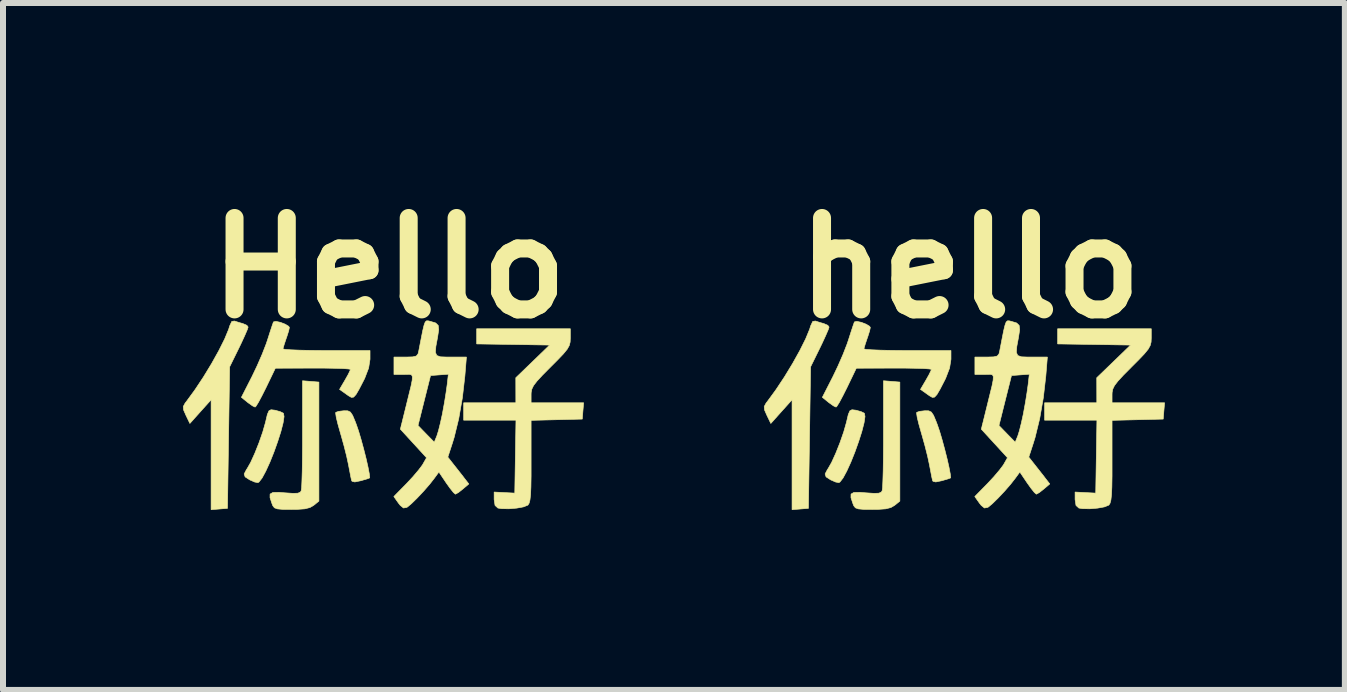
<source format=kicad_pcb>
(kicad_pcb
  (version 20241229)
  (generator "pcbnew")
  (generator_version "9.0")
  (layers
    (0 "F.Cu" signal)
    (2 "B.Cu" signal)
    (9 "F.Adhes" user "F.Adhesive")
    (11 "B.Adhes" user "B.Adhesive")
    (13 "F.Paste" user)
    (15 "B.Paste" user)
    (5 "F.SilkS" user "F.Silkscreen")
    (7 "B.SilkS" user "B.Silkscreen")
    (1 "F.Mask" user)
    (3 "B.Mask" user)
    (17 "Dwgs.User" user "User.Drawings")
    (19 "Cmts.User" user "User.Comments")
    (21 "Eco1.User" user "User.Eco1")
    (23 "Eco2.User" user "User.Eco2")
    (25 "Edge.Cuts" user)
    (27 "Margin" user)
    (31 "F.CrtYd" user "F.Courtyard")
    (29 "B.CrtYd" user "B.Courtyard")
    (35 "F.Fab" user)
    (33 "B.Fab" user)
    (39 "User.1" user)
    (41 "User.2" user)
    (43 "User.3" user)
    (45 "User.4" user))
  (footprint "Hello"
    (layer "F.Cu")
    (at 3.336 3.918)
    (property "Reference" "Hello" (at 0.1 -2.5 0) (layer "F.SilkS") (effects (font (size 1.524 1.524) (thickness 0.3))))
    (attr board_only exclude_from_pos_files exclude_from_bom allow_missing_courtyard dnp)
    (fp_poly (pts (xy -2.401 -1.592) (xy -2.337 -1.574) (xy -2.271 -1.545) (xy -2.25 -1.516) (xy -2.265 -1.47) (xy -2.306 -1.375) (xy -2.365 -1.247) (xy -2.404 -1.166) (xy -2.558 -0.853) (xy -2.594 1.506) (xy -2.731 1.517) (xy -2.867 1.528) (xy -2.867 -0.304) (xy -3.044 -0.107) (xy -3.221 0.091) (xy -3.287 -0.046) (xy -3.326 -0.135) (xy -3.331 -0.191) (xy -3.301 -0.247) (xy -3.274 -0.282) (xy -3.136 -0.471) (xy -2.994 -0.685) (xy -2.859 -0.907) (xy -2.738 -1.124) (xy -2.64 -1.32) (xy -2.574 -1.48) (xy -2.556 -1.538) (xy -2.522 -1.61) (xy -2.478 -1.617) (xy -2.401 -1.592)) (stroke (width 0.01) (type solid)) (fill yes) (layer "F.SilkS"))
    (fp_poly (pts (xy -1.809 -0.131) (xy -1.8 -0.13) (xy -1.713 -0.105) (xy -1.661 -0.079) (xy -1.651 -0.024) (xy -1.667 0.082) (xy -1.704 0.226) (xy -1.757 0.392) (xy -1.819 0.566) (xy -1.887 0.736) (xy -1.955 0.885) (xy -2.017 1) (xy -2.068 1.066) (xy -2.086 1.077) (xy -2.141 1.067) (xy -2.223 1.031) (xy -2.3 0.981) (xy -2.316 0.933) (xy -2.278 0.86) (xy -2.266 0.843) (xy -2.207 0.739) (xy -2.138 0.587) (xy -2.068 0.411) (xy -2.006 0.233) (xy -1.961 0.075) (xy -1.956 0.054) (xy -1.929 -0.061) (xy -1.903 -0.12) (xy -1.868 -0.138) (xy -1.809 -0.131)) (stroke (width 0.01) (type solid)) (fill yes) (layer "F.SilkS"))
    (fp_poly (pts (xy -1.206 -0.61) (xy -1.07 -0.599) (xy -1.07 1.385) (xy -1.156 1.455) (xy -1.219 1.492) (xy -1.304 1.514) (xy -1.432 1.523) (xy -1.529 1.524) (xy -1.673 1.523) (xy -1.761 1.515) (xy -1.811 1.497) (xy -1.838 1.463) (xy -1.851 1.431) (xy -1.885 1.328) (xy -1.884 1.268) (xy -1.837 1.241) (xy -1.735 1.239) (xy -1.637 1.247) (xy -1.501 1.256) (xy -1.42 1.253) (xy -1.379 1.235) (xy -1.365 1.212) (xy -1.358 1.161) (xy -1.353 1.048) (xy -1.348 0.884) (xy -1.345 0.68) (xy -1.343 0.445) (xy -1.343 0.267) (xy -1.343 -0.621) (xy -1.206 -0.61)) (stroke (width 0.01) (type solid)) (fill yes) (layer "F.SilkS"))
    (fp_poly (pts (xy -0.589 -0.12) (xy -0.545 -0.099) (xy -0.508 -0.044) (xy -0.465 0.059) (xy -0.446 0.109) (xy -0.408 0.22) (xy -0.366 0.362) (xy -0.323 0.52) (xy -0.283 0.678) (xy -0.251 0.82) (xy -0.23 0.93) (xy -0.223 0.991) (xy -0.225 0.999) (xy -0.264 1.014) (xy -0.346 1.038) (xy -0.374 1.046) (xy -0.471 1.066) (xy -0.517 1.055) (xy -0.525 1.041) (xy -0.538 0.984) (xy -0.558 0.88) (xy -0.577 0.78) (xy -0.607 0.64) (xy -0.651 0.465) (xy -0.701 0.286) (xy -0.713 0.245) (xy -0.753 0.103) (xy -0.781 -0.011) (xy -0.791 -0.081) (xy -0.789 -0.094) (xy -0.741 -0.111) (xy -0.654 -0.121) (xy -0.651 -0.121) (xy -0.589 -0.12)) (stroke (width 0.01) (type solid)) (fill yes) (layer "F.SilkS"))
    (fp_poly (pts (xy 3.121 -1.333) (xy 3.118 -1.266) (xy 3.103 -1.208) (xy 3.069 -1.147) (xy 3.006 -1.07) (xy 2.906 -0.965) (xy 2.794 -0.853) (xy 2.657 -0.715) (xy 2.565 -0.615) (xy 2.508 -0.541) (xy 2.479 -0.481) (xy 2.468 -0.423) (xy 2.467 -0.391) (xy 2.467 -0.254) (xy 3.343 -0.254) (xy 3.331 -0.118) (xy 3.32 0.018) (xy 2.467 0.039) (xy 2.467 0.722) (xy 2.467 0.968) (xy 2.464 1.15) (xy 2.458 1.28) (xy 2.448 1.367) (xy 2.434 1.42) (xy 2.415 1.45) (xy 2.411 1.453) (xy 2.342 1.481) (xy 2.228 1.502) (xy 2.098 1.513) (xy 1.978 1.511) (xy 1.914 1.501) (xy 1.866 1.457) (xy 1.851 1.358) (xy 1.851 1.234) (xy 2.195 1.252) (xy 2.215 0.036) (xy 1.343 0.036) (xy 1.343 -0.254) (xy 2.213 -0.254) (xy 2.212 -0.671) (xy 2.494 -0.943) (xy 2.776 -1.216) (xy 2.168 -1.226) (xy 1.56 -1.235) (xy 1.56 -1.488) (xy 3.121 -1.488) (xy 3.121 -1.333)) (stroke (width 0.01) (type solid)) (fill yes) (layer "F.SilkS"))
    (fp_poly (pts (xy -1.712 -1.595) (xy -1.632 -1.564) (xy -1.574 -1.529) (xy -1.562 -1.509) (xy -1.574 -1.452) (xy -1.604 -1.358) (xy -1.616 -1.324) (xy -1.648 -1.228) (xy -1.667 -1.163) (xy -1.669 -1.152) (xy -1.634 -1.144) (xy -1.538 -1.137) (xy -1.391 -1.131) (xy -1.204 -1.127) (xy -0.988 -1.125) (xy -0.943 -1.125) (xy -0.218 -1.125) (xy -0.218 -0.979) (xy -0.241 -0.833) (xy -0.307 -0.661) (xy -0.325 -0.625) (xy -0.4 -0.48) (xy -0.452 -0.391) (xy -0.492 -0.348) (xy -0.529 -0.344) (xy -0.575 -0.37) (xy -0.613 -0.397) (xy -0.726 -0.477) (xy -0.635 -0.632) (xy -0.582 -0.726) (xy -0.55 -0.793) (xy -0.544 -0.811) (xy -0.579 -0.818) (xy -0.674 -0.825) (xy -0.818 -0.829) (xy -1 -0.832) (xy -1.17 -0.832) (xy -1.796 -0.83) (xy -1.952 -0.506) (xy -2.021 -0.369) (xy -2.079 -0.26) (xy -2.12 -0.195) (xy -2.134 -0.182) (xy -2.176 -0.202) (xy -2.248 -0.253) (xy -2.261 -0.263) (xy -2.362 -0.345) (xy -2.186 -0.69) (xy -2.1 -0.87) (xy -2.016 -1.063) (xy -1.948 -1.238) (xy -1.925 -1.307) (xy -1.883 -1.438) (xy -1.849 -1.541) (xy -1.829 -1.598) (xy -1.827 -1.602) (xy -1.787 -1.611) (xy -1.712 -1.595)) (stroke (width 0.01) (type solid)) (fill yes) (layer "F.SilkS"))
    (fp_poly (pts (xy 0.788 -1.611) (xy 0.792 -1.61) (xy 0.877 -1.584) (xy 0.919 -1.543) (xy 0.927 -1.47) (xy 0.908 -1.346) (xy 0.908 -1.345) (xy 0.879 -1.19) (xy 0.872 -1.094) (xy 0.895 -1.042) (xy 0.957 -1.02) (xy 1.068 -1.016) (xy 1.13 -1.016) (xy 1.389 -1.016) (xy 1.363 -0.699) (xy 1.322 -0.34) (xy 1.261 0.01) (xy 1.184 0.325) (xy 1.153 0.425) (xy 1.079 0.652) (xy 1.183 0.784) (xy 1.265 0.888) (xy 1.341 0.985) (xy 1.358 1.008) (xy 1.429 1.099) (xy 1.329 1.184) (xy 1.257 1.241) (xy 1.209 1.268) (xy 1.204 1.269) (xy 1.172 1.241) (xy 1.114 1.168) (xy 1.054 1.084) (xy 0.93 0.9) (xy 0.855 1.003) (xy 0.776 1.104) (xy 0.676 1.219) (xy 0.57 1.332) (xy 0.474 1.426) (xy 0.405 1.484) (xy 0.394 1.49) (xy 0.34 1.5) (xy 0.286 1.456) (xy 0.255 1.417) (xy 0.179 1.309) (xy 0.389 1.095) (xy 0.497 0.979) (xy 0.591 0.868) (xy 0.655 0.783) (xy 0.662 0.771) (xy 0.724 0.662) (xy 0.288 0.186) (xy 0.303 0.125) (xy 0.582 0.125) (xy 0.717 0.264) (xy 0.853 0.403) (xy 0.896 0.298) (xy 0.923 0.212) (xy 0.956 0.08) (xy 0.989 -0.071) (xy 0.993 -0.094) (xy 1.023 -0.258) (xy 1.049 -0.421) (xy 1.067 -0.549) (xy 1.068 -0.555) (xy 1.088 -0.73) (xy 0.939 -0.719) (xy 0.791 -0.708) (xy 0.686 -0.291) (xy 0.582 0.125) (xy 0.303 0.125) (xy 0.376 -0.17) (xy 0.428 -0.381) (xy 0.465 -0.531) (xy 0.485 -0.631) (xy 0.488 -0.69) (xy 0.474 -0.719) (xy 0.441 -0.728) (xy 0.389 -0.727) (xy 0.345 -0.726) (xy 0.181 -0.726) (xy 0.181 -1.016) (xy 0.378 -1.016) (xy 0.492 -1.019) (xy 0.553 -1.033) (xy 0.582 -1.068) (xy 0.594 -1.116) (xy 0.633 -1.318) (xy 0.661 -1.459) (xy 0.683 -1.549) (xy 0.702 -1.6) (xy 0.724 -1.62) (xy 0.751 -1.62) (xy 0.788 -1.611)) (stroke (width 0.01) (type solid)) (fill yes) (layer "F.SilkS")))
  (footprint "hello"
    (layer "F.Cu")
    (at 13.02 3.918)
    (property "Reference" "hello" (at 0.1 -2.5 0) (layer "F.SilkS") (effects (font (size 1.524 1.524) (thickness 0.3))))
    (attr through_hole)
    (fp_poly (pts (xy -2.401 -1.592) (xy -2.337 -1.574) (xy -2.271 -1.545) (xy -2.25 -1.516) (xy -2.265 -1.47) (xy -2.306 -1.375) (xy -2.365 -1.247) (xy -2.404 -1.166) (xy -2.558 -0.853) (xy -2.594 1.506) (xy -2.731 1.517) (xy -2.867 1.528) (xy -2.867 -0.304) (xy -3.044 -0.107) (xy -3.221 0.091) (xy -3.287 -0.046) (xy -3.326 -0.135) (xy -3.331 -0.191) (xy -3.301 -0.247) (xy -3.274 -0.282) (xy -3.136 -0.471) (xy -2.994 -0.685) (xy -2.859 -0.907) (xy -2.738 -1.124) (xy -2.64 -1.32) (xy -2.574 -1.48) (xy -2.556 -1.538) (xy -2.522 -1.61) (xy -2.478 -1.617) (xy -2.401 -1.592)) (stroke (width 0.01) (type solid)) (fill yes) (layer "F.SilkS"))
    (fp_poly (pts (xy -1.809 -0.131) (xy -1.8 -0.13) (xy -1.713 -0.105) (xy -1.661 -0.079) (xy -1.651 -0.024) (xy -1.667 0.082) (xy -1.704 0.226) (xy -1.757 0.392) (xy -1.819 0.566) (xy -1.887 0.736) (xy -1.955 0.885) (xy -2.017 1) (xy -2.068 1.066) (xy -2.086 1.077) (xy -2.141 1.067) (xy -2.223 1.031) (xy -2.3 0.981) (xy -2.316 0.933) (xy -2.278 0.86) (xy -2.266 0.843) (xy -2.207 0.739) (xy -2.138 0.587) (xy -2.068 0.411) (xy -2.006 0.233) (xy -1.961 0.075) (xy -1.956 0.054) (xy -1.929 -0.061) (xy -1.903 -0.12) (xy -1.868 -0.138) (xy -1.809 -0.131)) (stroke (width 0.01) (type solid)) (fill yes) (layer "F.SilkS"))
    (fp_poly (pts (xy -1.206 -0.61) (xy -1.07 -0.599) (xy -1.07 1.385) (xy -1.156 1.455) (xy -1.219 1.492) (xy -1.304 1.514) (xy -1.432 1.523) (xy -1.529 1.524) (xy -1.673 1.523) (xy -1.761 1.515) (xy -1.811 1.497) (xy -1.838 1.463) (xy -1.851 1.431) (xy -1.885 1.328) (xy -1.884 1.268) (xy -1.837 1.241) (xy -1.735 1.239) (xy -1.637 1.247) (xy -1.501 1.256) (xy -1.42 1.253) (xy -1.379 1.235) (xy -1.365 1.212) (xy -1.358 1.161) (xy -1.353 1.048) (xy -1.348 0.884) (xy -1.345 0.68) (xy -1.343 0.445) (xy -1.343 0.267) (xy -1.343 -0.621) (xy -1.206 -0.61)) (stroke (width 0.01) (type solid)) (fill yes) (layer "F.SilkS"))
    (fp_poly (pts (xy -0.589 -0.12) (xy -0.545 -0.099) (xy -0.508 -0.044) (xy -0.465 0.059) (xy -0.446 0.109) (xy -0.408 0.22) (xy -0.366 0.362) (xy -0.323 0.52) (xy -0.283 0.678) (xy -0.251 0.82) (xy -0.23 0.93) (xy -0.223 0.991) (xy -0.225 0.999) (xy -0.264 1.014) (xy -0.346 1.038) (xy -0.374 1.046) (xy -0.471 1.066) (xy -0.517 1.055) (xy -0.525 1.041) (xy -0.538 0.984) (xy -0.558 0.88) (xy -0.577 0.78) (xy -0.607 0.64) (xy -0.651 0.465) (xy -0.701 0.286) (xy -0.713 0.245) (xy -0.753 0.103) (xy -0.781 -0.011) (xy -0.791 -0.081) (xy -0.789 -0.094) (xy -0.741 -0.111) (xy -0.654 -0.121) (xy -0.651 -0.121) (xy -0.589 -0.12)) (stroke (width 0.01) (type solid)) (fill yes) (layer "F.SilkS"))
    (fp_poly (pts (xy 3.121 -1.333) (xy 3.118 -1.266) (xy 3.103 -1.208) (xy 3.069 -1.147) (xy 3.006 -1.07) (xy 2.906 -0.965) (xy 2.794 -0.853) (xy 2.657 -0.715) (xy 2.565 -0.615) (xy 2.508 -0.541) (xy 2.479 -0.481) (xy 2.468 -0.423) (xy 2.467 -0.391) (xy 2.467 -0.254) (xy 3.343 -0.254) (xy 3.331 -0.118) (xy 3.32 0.018) (xy 2.467 0.039) (xy 2.467 0.722) (xy 2.467 0.968) (xy 2.464 1.15) (xy 2.458 1.28) (xy 2.448 1.367) (xy 2.434 1.42) (xy 2.415 1.45) (xy 2.411 1.453) (xy 2.342 1.481) (xy 2.228 1.502) (xy 2.098 1.513) (xy 1.978 1.511) (xy 1.914 1.501) (xy 1.866 1.457) (xy 1.851 1.358) (xy 1.851 1.234) (xy 2.195 1.252) (xy 2.215 0.036) (xy 1.343 0.036) (xy 1.343 -0.254) (xy 2.213 -0.254) (xy 2.212 -0.671) (xy 2.494 -0.943) (xy 2.776 -1.216) (xy 2.168 -1.226) (xy 1.56 -1.235) (xy 1.56 -1.488) (xy 3.121 -1.488) (xy 3.121 -1.333)) (stroke (width 0.01) (type solid)) (fill yes) (layer "F.SilkS"))
    (fp_poly (pts (xy -1.712 -1.595) (xy -1.632 -1.564) (xy -1.574 -1.529) (xy -1.562 -1.509) (xy -1.574 -1.452) (xy -1.604 -1.358) (xy -1.616 -1.324) (xy -1.648 -1.228) (xy -1.667 -1.163) (xy -1.669 -1.152) (xy -1.634 -1.144) (xy -1.538 -1.137) (xy -1.391 -1.131) (xy -1.204 -1.127) (xy -0.988 -1.125) (xy -0.943 -1.125) (xy -0.218 -1.125) (xy -0.218 -0.979) (xy -0.241 -0.833) (xy -0.307 -0.661) (xy -0.325 -0.625) (xy -0.4 -0.48) (xy -0.452 -0.391) (xy -0.492 -0.348) (xy -0.529 -0.344) (xy -0.575 -0.37) (xy -0.613 -0.397) (xy -0.726 -0.477) (xy -0.635 -0.632) (xy -0.582 -0.726) (xy -0.55 -0.793) (xy -0.544 -0.811) (xy -0.579 -0.818) (xy -0.674 -0.825) (xy -0.818 -0.829) (xy -1 -0.832) (xy -1.17 -0.832) (xy -1.796 -0.83) (xy -1.952 -0.506) (xy -2.021 -0.369) (xy -2.079 -0.26) (xy -2.12 -0.195) (xy -2.134 -0.182) (xy -2.176 -0.202) (xy -2.248 -0.253) (xy -2.261 -0.263) (xy -2.362 -0.345) (xy -2.186 -0.69) (xy -2.1 -0.87) (xy -2.016 -1.063) (xy -1.948 -1.238) (xy -1.925 -1.307) (xy -1.883 -1.438) (xy -1.849 -1.541) (xy -1.829 -1.598) (xy -1.827 -1.602) (xy -1.787 -1.611) (xy -1.712 -1.595)) (stroke (width 0.01) (type solid)) (fill yes) (layer "F.SilkS"))
    (fp_poly (pts (xy 0.788 -1.611) (xy 0.792 -1.61) (xy 0.877 -1.584) (xy 0.919 -1.543) (xy 0.927 -1.47) (xy 0.908 -1.346) (xy 0.908 -1.345) (xy 0.879 -1.19) (xy 0.872 -1.094) (xy 0.895 -1.042) (xy 0.957 -1.02) (xy 1.068 -1.016) (xy 1.13 -1.016) (xy 1.389 -1.016) (xy 1.363 -0.699) (xy 1.322 -0.34) (xy 1.261 0.01) (xy 1.184 0.325) (xy 1.153 0.425) (xy 1.079 0.652) (xy 1.183 0.784) (xy 1.265 0.888) (xy 1.341 0.985) (xy 1.358 1.008) (xy 1.429 1.099) (xy 1.329 1.184) (xy 1.257 1.241) (xy 1.209 1.268) (xy 1.204 1.269) (xy 1.172 1.241) (xy 1.114 1.168) (xy 1.054 1.084) (xy 0.93 0.9) (xy 0.855 1.003) (xy 0.776 1.104) (xy 0.676 1.219) (xy 0.57 1.332) (xy 0.474 1.426) (xy 0.405 1.484) (xy 0.394 1.49) (xy 0.34 1.5) (xy 0.286 1.456) (xy 0.255 1.417) (xy 0.179 1.309) (xy 0.389 1.095) (xy 0.497 0.979) (xy 0.591 0.868) (xy 0.655 0.783) (xy 0.662 0.771) (xy 0.724 0.662) (xy 0.288 0.186) (xy 0.303 0.125) (xy 0.582 0.125) (xy 0.717 0.264) (xy 0.853 0.403) (xy 0.896 0.298) (xy 0.923 0.212) (xy 0.956 0.08) (xy 0.989 -0.071) (xy 0.993 -0.094) (xy 1.023 -0.258) (xy 1.049 -0.421) (xy 1.067 -0.549) (xy 1.068 -0.555) (xy 1.088 -0.73) (xy 0.939 -0.719) (xy 0.791 -0.708) (xy 0.686 -0.291) (xy 0.582 0.125) (xy 0.303 0.125) (xy 0.376 -0.17) (xy 0.428 -0.381) (xy 0.465 -0.531) (xy 0.485 -0.631) (xy 0.488 -0.69) (xy 0.474 -0.719) (xy 0.441 -0.728) (xy 0.389 -0.727) (xy 0.345 -0.726) (xy 0.181 -0.726) (xy 0.181 -1.016) (xy 0.378 -1.016) (xy 0.492 -1.019) (xy 0.553 -1.033) (xy 0.582 -1.068) (xy 0.594 -1.116) (xy 0.633 -1.318) (xy 0.661 -1.459) (xy 0.683 -1.549) (xy 0.702 -1.6) (xy 0.724 -1.62) (xy 0.751 -1.62) (xy 0.788 -1.611)) (stroke (width 0.01) (type solid)) (fill yes) (layer "F.SilkS")))
  (gr_rect
    (start -3 -3)
    (end 19.368 8.451)
    (stroke (width 0.1) (type default))
    (fill no)
    (layer "Edge.Cuts")))
</source>
